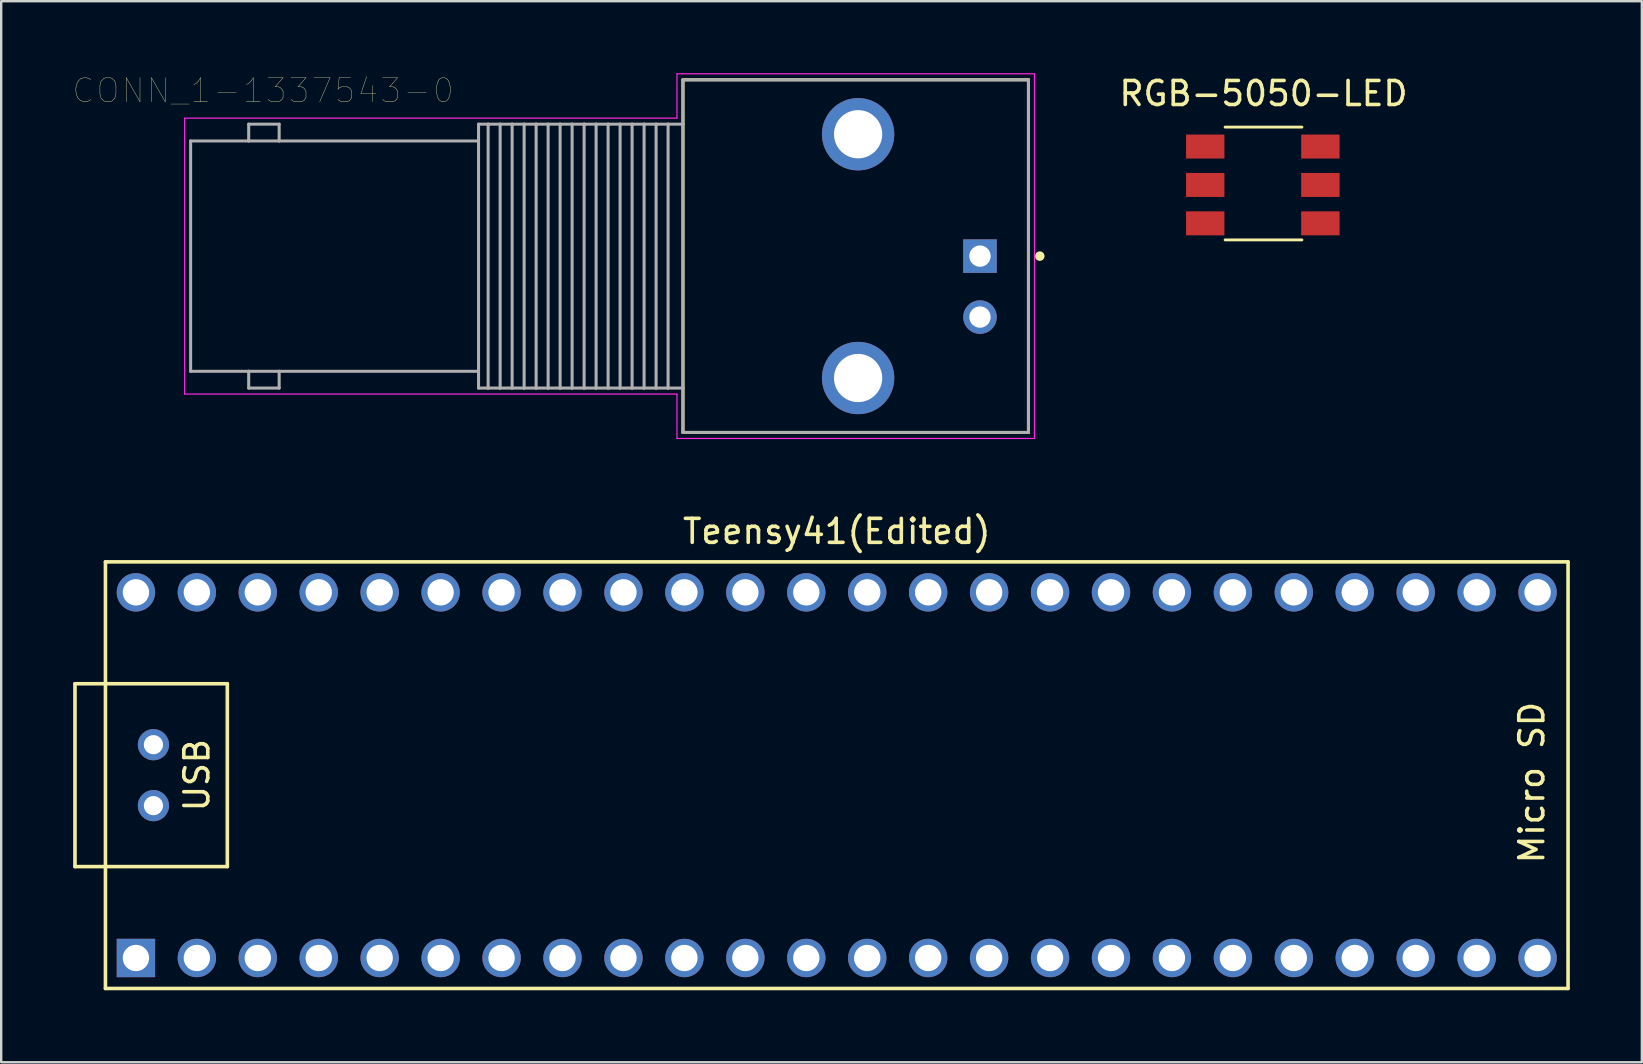
<source format=kicad_pcb>
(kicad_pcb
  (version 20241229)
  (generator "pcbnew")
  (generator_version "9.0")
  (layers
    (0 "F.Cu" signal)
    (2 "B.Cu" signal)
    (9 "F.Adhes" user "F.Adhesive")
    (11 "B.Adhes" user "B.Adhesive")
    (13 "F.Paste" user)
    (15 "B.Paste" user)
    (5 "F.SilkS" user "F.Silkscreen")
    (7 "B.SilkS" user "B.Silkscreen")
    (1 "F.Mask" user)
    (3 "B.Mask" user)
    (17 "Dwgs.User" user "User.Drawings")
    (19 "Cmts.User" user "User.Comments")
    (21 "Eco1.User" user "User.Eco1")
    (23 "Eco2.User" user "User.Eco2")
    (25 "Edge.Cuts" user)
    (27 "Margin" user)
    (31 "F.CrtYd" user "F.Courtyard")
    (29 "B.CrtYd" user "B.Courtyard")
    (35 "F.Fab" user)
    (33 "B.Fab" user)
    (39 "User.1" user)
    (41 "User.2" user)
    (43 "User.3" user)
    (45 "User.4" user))
  (footprint "CONN_1-1337543-0"
    (layer "F.Cu")
    (at 37.795 7.625)
    (property "Reference" "CONN_1-1337543-0" (at -29.881 -6.898 0) (layer "F.SilkS") (effects (font (size 1.002 1.002) (thickness 0.015))))
    (attr through_hole)
    (fp_line (start -12.38 -7.35) (end 2.02 -7.35) (stroke (width 0.127) (type solid)) (layer "F.SilkS"))
    (fp_line (start -12.38 -5.5) (end -12.38 -7.35) (stroke (width 0.127) (type solid)) (layer "F.SilkS"))
    (fp_line (start -12.38 5.5) (end -12.38 -5.5) (stroke (width 0.127) (type solid)) (layer "F.SilkS"))
    (fp_line (start -12.38 7.35) (end -12.38 5.5) (stroke (width 0.127) (type solid)) (layer "F.SilkS"))
    (fp_line (start 2.02 -7.35) (end 2.02 7.35) (stroke (width 0.127) (type solid)) (layer "F.SilkS"))
    (fp_line (start 2.02 7.35) (end -12.38 7.35) (stroke (width 0.127) (type solid)) (layer "F.SilkS"))
    (fp_circle (center 2.492 0) (end 2.592 0) (stroke (width 0.2) (type solid)) (fill no) (layer "F.SilkS"))
    (fp_line (start -33.15 -5.75) (end -12.63 -5.75) (stroke (width 0.05) (type solid)) (layer "F.CrtYd"))
    (fp_line (start -33.15 5.75) (end -33.15 -5.75) (stroke (width 0.05) (type solid)) (layer "F.CrtYd"))
    (fp_line (start -12.63 -7.6) (end 2.27 -7.6) (stroke (width 0.05) (type solid)) (layer "F.CrtYd"))
    (fp_line (start -12.63 -5.75) (end -12.63 -7.6) (stroke (width 0.05) (type solid)) (layer "F.CrtYd"))
    (fp_line (start -12.63 5.75) (end -33.15 5.75) (stroke (width 0.05) (type solid)) (layer "F.CrtYd"))
    (fp_line (start -12.63 7.6) (end -12.63 5.75) (stroke (width 0.05) (type solid)) (layer "F.CrtYd"))
    (fp_line (start 2.27 -7.6) (end 2.27 7.6) (stroke (width 0.05) (type solid)) (layer "F.CrtYd"))
    (fp_line (start 2.27 7.6) (end -12.63 7.6) (stroke (width 0.05) (type solid)) (layer "F.CrtYd"))
    (fp_line (start -32.9 -4.8) (end -32.9 4.8) (stroke (width 0.127) (type solid)) (layer "F.Fab"))
    (fp_line (start -32.9 4.8) (end -30.48 4.8) (stroke (width 0.127) (type solid)) (layer "F.Fab"))
    (fp_line (start -30.48 -5.5) (end -30.48 -4.8) (stroke (width 0.127) (type solid)) (layer "F.Fab"))
    (fp_line (start -30.48 -5.5) (end -29.21 -5.5) (stroke (width 0.127) (type solid)) (layer "F.Fab"))
    (fp_line (start -30.48 -4.8) (end -32.9 -4.8) (stroke (width 0.127) (type solid)) (layer "F.Fab"))
    (fp_line (start -30.48 4.8) (end -30.48 5.5) (stroke (width 0.127) (type solid)) (layer "F.Fab"))
    (fp_line (start -30.48 4.8) (end -29.21 4.8) (stroke (width 0.127) (type solid)) (layer "F.Fab"))
    (fp_line (start -30.48 5.5) (end -29.21 5.5) (stroke (width 0.127) (type solid)) (layer "F.Fab"))
    (fp_line (start -29.21 -5.5) (end -29.21 -4.8) (stroke (width 0.127) (type solid)) (layer "F.Fab"))
    (fp_line (start -29.21 -4.8) (end -30.48 -4.8) (stroke (width 0.127) (type solid)) (layer "F.Fab"))
    (fp_line (start -29.21 4.8) (end -20.9 4.8) (stroke (width 0.127) (type solid)) (layer "F.Fab"))
    (fp_line (start -29.21 5.5) (end -29.21 4.8) (stroke (width 0.127) (type solid)) (layer "F.Fab"))
    (fp_line (start -20.9 -5.5) (end -20.9 5.5) (stroke (width 0.127) (type solid)) (layer "F.Fab"))
    (fp_line (start -20.9 -4.8) (end -29.21 -4.8) (stroke (width 0.127) (type solid)) (layer "F.Fab"))
    (fp_line (start -20.9 5.5) (end -20.5 5.5) (stroke (width 0.127) (type solid)) (layer "F.Fab"))
    (fp_line (start -20.5 -5.5) (end -20.9 -5.5) (stroke (width 0.127) (type solid)) (layer "F.Fab"))
    (fp_line (start -20.5 -5.5) (end -20.5 5.5) (stroke (width 0.127) (type solid)) (layer "F.Fab"))
    (fp_line (start -20.5 5.5) (end -20 5.5) (stroke (width 0.127) (type solid)) (layer "F.Fab"))
    (fp_line (start -20 -5.5) (end -20.5 -5.5) (stroke (width 0.127) (type solid)) (layer "F.Fab"))
    (fp_line (start -20 -5.5) (end -20 5.5) (stroke (width 0.127) (type solid)) (layer "F.Fab"))
    (fp_line (start -20 5.5) (end -19.5 5.5) (stroke (width 0.127) (type solid)) (layer "F.Fab"))
    (fp_line (start -19.5 -5.5) (end -20 -5.5) (stroke (width 0.127) (type solid)) (layer "F.Fab"))
    (fp_line (start -19.5 -5.5) (end -19.5 5.5) (stroke (width 0.127) (type solid)) (layer "F.Fab"))
    (fp_line (start -19.5 5.5) (end -19 5.5) (stroke (width 0.127) (type solid)) (layer "F.Fab"))
    (fp_line (start -19 -5.5) (end -19.5 -5.5) (stroke (width 0.127) (type solid)) (layer "F.Fab"))
    (fp_line (start -19 -5.5) (end -19 5.5) (stroke (width 0.127) (type solid)) (layer "F.Fab"))
    (fp_line (start -19 5.5) (end -18.5 5.5) (stroke (width 0.127) (type solid)) (layer "F.Fab"))
    (fp_line (start -18.5 -5.5) (end -19 -5.5) (stroke (width 0.127) (type solid)) (layer "F.Fab"))
    (fp_line (start -18.5 -5.5) (end -18.5 5.5) (stroke (width 0.127) (type solid)) (layer "F.Fab"))
    (fp_line (start -18.5 5.5) (end -18 5.5) (stroke (width 0.127) (type solid)) (layer "F.Fab"))
    (fp_line (start -18 -5.5) (end -18.5 -5.5) (stroke (width 0.127) (type solid)) (layer "F.Fab"))
    (fp_line (start -18 -5.5) (end -18 5.5) (stroke (width 0.127) (type solid)) (layer "F.Fab"))
    (fp_line (start -18 5.5) (end -17.5 5.5) (stroke (width 0.127) (type solid)) (layer "F.Fab"))
    (fp_line (start -17.5 -5.5) (end -18 -5.5) (stroke (width 0.127) (type solid)) (layer "F.Fab"))
    (fp_line (start -17.5 -5.5) (end -17.5 5.5) (stroke (width 0.127) (type solid)) (layer "F.Fab"))
    (fp_line (start -17.5 5.5) (end -17 5.5) (stroke (width 0.127) (type solid)) (layer "F.Fab"))
    (fp_line (start -17 -5.5) (end -17.5 -5.5) (stroke (width 0.127) (type solid)) (layer "F.Fab"))
    (fp_line (start -17 -5.5) (end -17 5.5) (stroke (width 0.127) (type solid)) (layer "F.Fab"))
    (fp_line (start -17 5.5) (end -16.5 5.5) (stroke (width 0.127) (type solid)) (layer "F.Fab"))
    (fp_line (start -16.5 -5.5) (end -17 -5.5) (stroke (width 0.127) (type solid)) (layer "F.Fab"))
    (fp_line (start -16.5 -5.5) (end -16.5 5.5) (stroke (width 0.127) (type solid)) (layer "F.Fab"))
    (fp_line (start -16.5 5.5) (end -16 5.5) (stroke (width 0.127) (type solid)) (layer "F.Fab"))
    (fp_line (start -16 -5.5) (end -16.5 -5.5) (stroke (width 0.127) (type solid)) (layer "F.Fab"))
    (fp_line (start -16 -5.5) (end -16 5.5) (stroke (width 0.127) (type solid)) (layer "F.Fab"))
    (fp_line (start -16 5.5) (end -15.5 5.5) (stroke (width 0.127) (type solid)) (layer "F.Fab"))
    (fp_line (start -15.5 -5.5) (end -16 -5.5) (stroke (width 0.127) (type solid)) (layer "F.Fab"))
    (fp_line (start -15.5 -5.5) (end -15.5 5.5) (stroke (width 0.127) (type solid)) (layer "F.Fab"))
    (fp_line (start -15.5 5.5) (end -15 5.5) (stroke (width 0.127) (type solid)) (layer "F.Fab"))
    (fp_line (start -15 -5.5) (end -15.5 -5.5) (stroke (width 0.127) (type solid)) (layer "F.Fab"))
    (fp_line (start -15 -5.5) (end -15 5.5) (stroke (width 0.127) (type solid)) (layer "F.Fab"))
    (fp_line (start -15 5.5) (end -14.5 5.5) (stroke (width 0.127) (type solid)) (layer "F.Fab"))
    (fp_line (start -14.5 -5.5) (end -15 -5.5) (stroke (width 0.127) (type solid)) (layer "F.Fab"))
    (fp_line (start -14.5 -5.5) (end -14.5 5.5) (stroke (width 0.127) (type solid)) (layer "F.Fab"))
    (fp_line (start -14.5 5.5) (end -14 5.5) (stroke (width 0.127) (type solid)) (layer "F.Fab"))
    (fp_line (start -14 -5.5) (end -14.5 -5.5) (stroke (width 0.127) (type solid)) (layer "F.Fab"))
    (fp_line (start -14 -5.5) (end -14 5.5) (stroke (width 0.127) (type solid)) (layer "F.Fab"))
    (fp_line (start -14 5.5) (end -13.5 5.5) (stroke (width 0.127) (type solid)) (layer "F.Fab"))
    (fp_line (start -13.5 -5.5) (end -14 -5.5) (stroke (width 0.127) (type solid)) (layer "F.Fab"))
    (fp_line (start -13.5 -5.5) (end -13.5 5.5) (stroke (width 0.127) (type solid)) (layer "F.Fab"))
    (fp_line (start -13.5 5.5) (end -13 5.5) (stroke (width 0.127) (type solid)) (layer "F.Fab"))
    (fp_line (start -13 -5.5) (end -13.5 -5.5) (stroke (width 0.127) (type solid)) (layer "F.Fab"))
    (fp_line (start -13 -5.5) (end -13 5.5) (stroke (width 0.127) (type solid)) (layer "F.Fab"))
    (fp_line (start -13 5.5) (end -12.38 5.5) (stroke (width 0.127) (type solid)) (layer "F.Fab"))
    (fp_line (start -12.38 -7.35) (end 2.02 -7.35) (stroke (width 0.127) (type solid)) (layer "F.Fab"))
    (fp_line (start -12.38 -5.5) (end -13 -5.5) (stroke (width 0.127) (type solid)) (layer "F.Fab"))
    (fp_line (start -12.38 -5.5) (end -12.38 -7.35) (stroke (width 0.127) (type solid)) (layer "F.Fab"))
    (fp_line (start -12.38 5.5) (end -12.38 -5.5) (stroke (width 0.127) (type solid)) (layer "F.Fab"))
    (fp_line (start -12.38 7.35) (end -12.38 5.5) (stroke (width 0.127) (type solid)) (layer "F.Fab"))
    (fp_line (start 2.02 -7.35) (end 2.02 7.35) (stroke (width 0.127) (type solid)) (layer "F.Fab"))
    (fp_line (start 2.02 7.35) (end -12.38 7.35) (stroke (width 0.127) (type solid)) (layer "F.Fab"))
    (pad "1" thru_hole rect (at 0 0) (size 1.398 1.398) (drill 0.89) (layers "*.Cu" "*.Mask"))
    (pad "2" thru_hole circle (at 0 2.54) (size 1.398 1.398) (drill 0.89) (layers "*.Cu" "*.Mask"))
    (pad "P1" thru_hole circle (at -5.08 5.08) (size 3.015 3.015) (drill 2.01) (layers "*.Cu" "*.Mask"))
    (pad "P2" thru_hole circle (at -5.08 -5.08) (size 3.015 3.015) (drill 2.01) (layers "*.Cu" "*.Mask")))
  (footprint "Teensy41(Edited)"
    (layer "F.Cu")
    (at 31.825 29.258)
    (property "Reference" "Teensy41(Edited)" (at 0 -10.16 180) (layer "F.SilkS") (effects (font (size 1 1) (thickness 0.15))))
    (attr through_hole)
    (fp_line (start -31.75 -3.81) (end -30.48 -3.81) (stroke (width 0.15) (type solid)) (layer "F.SilkS"))
    (fp_line (start -31.75 3.81) (end -31.75 -3.81) (stroke (width 0.15) (type solid)) (layer "F.SilkS"))
    (fp_line (start -30.48 -8.89) (end 30.48 -8.89) (stroke (width 0.15) (type solid)) (layer "F.SilkS"))
    (fp_line (start -30.48 3.81) (end -31.75 3.81) (stroke (width 0.15) (type solid)) (layer "F.SilkS"))
    (fp_line (start -30.48 8.89) (end -30.48 -8.89) (stroke (width 0.15) (type solid)) (layer "F.SilkS"))
    (fp_line (start -25.4 -3.81) (end -30.48 -3.81) (stroke (width 0.15) (type solid)) (layer "F.SilkS"))
    (fp_line (start -25.4 3.81) (end -30.48 3.81) (stroke (width 0.15) (type solid)) (layer "F.SilkS"))
    (fp_line (start -25.4 3.81) (end -25.4 -3.81) (stroke (width 0.15) (type solid)) (layer "F.SilkS"))
    (fp_line (start 30.48 -8.89) (end 30.48 8.89) (stroke (width 0.15) (type solid)) (layer "F.SilkS"))
    (fp_line (start 30.48 8.89) (end -30.48 8.89) (stroke (width 0.15) (type solid)) (layer "F.SilkS"))
    (fp_text user "USB" (at -26.67 0 90) (layer "F.SilkS") (effects (font (size 1 1) (thickness 0.15))))
    (fp_text user "Micro SD" (at 28.97 0.31 270) (layer "F.SilkS") (effects (font (size 1 1) (thickness 0.15))))
    (pad "1" thru_hole rect (at -29.21 7.62) (size 1.6 1.6) (drill 1.1) (layers "*.Cu" "*.Mask"))
    (pad "2" thru_hole circle (at -26.67 7.62) (size 1.6 1.6) (drill 1.1) (layers "*.Cu" "*.Mask"))
    (pad "3" thru_hole circle (at -24.13 7.62) (size 1.6 1.6) (drill 1.1) (layers "*.Cu" "*.Mask"))
    (pad "4" thru_hole circle (at -21.59 7.62) (size 1.6 1.6) (drill 1.1) (layers "*.Cu" "*.Mask"))
    (pad "5" thru_hole circle (at -19.05 7.62) (size 1.6 1.6) (drill 1.1) (layers "*.Cu" "*.Mask"))
    (pad "6" thru_hole circle (at -16.51 7.62) (size 1.6 1.6) (drill 1.1) (layers "*.Cu" "*.Mask"))
    (pad "7" thru_hole circle (at -13.97 7.62) (size 1.6 1.6) (drill 1.1) (layers "*.Cu" "*.Mask"))
    (pad "8" thru_hole circle (at -11.43 7.62) (size 1.6 1.6) (drill 1.1) (layers "*.Cu" "*.Mask"))
    (pad "9" thru_hole circle (at -8.89 7.62) (size 1.6 1.6) (drill 1.1) (layers "*.Cu" "*.Mask"))
    (pad "10" thru_hole circle (at -6.35 7.62) (size 1.6 1.6) (drill 1.1) (layers "*.Cu" "*.Mask"))
    (pad "11" thru_hole circle (at -3.81 7.62) (size 1.6 1.6) (drill 1.1) (layers "*.Cu" "*.Mask"))
    (pad "12" thru_hole circle (at -1.27 7.62) (size 1.6 1.6) (drill 1.1) (layers "*.Cu" "*.Mask"))
    (pad "13" thru_hole circle (at 1.27 7.62) (size 1.6 1.6) (drill 1.1) (layers "*.Cu" "*.Mask"))
    (pad "14" thru_hole circle (at 3.81 7.62) (size 1.6 1.6) (drill 1.1) (layers "*.Cu" "*.Mask"))
    (pad "15" thru_hole circle (at 6.35 7.62) (size 1.6 1.6) (drill 1.1) (layers "*.Cu" "*.Mask"))
    (pad "16" thru_hole circle (at 8.89 7.62) (size 1.6 1.6) (drill 1.1) (layers "*.Cu" "*.Mask"))
    (pad "17" thru_hole circle (at 11.43 7.62) (size 1.6 1.6) (drill 1.1) (layers "*.Cu" "*.Mask"))
    (pad "18" thru_hole circle (at 13.97 7.62) (size 1.6 1.6) (drill 1.1) (layers "*.Cu" "*.Mask"))
    (pad "19" thru_hole circle (at 16.51 7.62) (size 1.6 1.6) (drill 1.1) (layers "*.Cu" "*.Mask"))
    (pad "20" thru_hole circle (at 19.05 7.62) (size 1.6 1.6) (drill 1.1) (layers "*.Cu" "*.Mask"))
    (pad "21" thru_hole circle (at 21.59 7.62) (size 1.6 1.6) (drill 1.1) (layers "*.Cu" "*.Mask"))
    (pad "22" thru_hole circle (at 24.13 7.62) (size 1.6 1.6) (drill 1.1) (layers "*.Cu" "*.Mask"))
    (pad "23" thru_hole circle (at 26.67 7.62) (size 1.6 1.6) (drill 1.1) (layers "*.Cu" "*.Mask"))
    (pad "24" thru_hole circle (at 29.21 7.62) (size 1.6 1.6) (drill 1.1) (layers "*.Cu" "*.Mask"))
    (pad "25" thru_hole circle (at 29.21 -7.62) (size 1.6 1.6) (drill 1.1) (layers "*.Cu" "*.Mask"))
    (pad "26" thru_hole circle (at 26.67 -7.62) (size 1.6 1.6) (drill 1.1) (layers "*.Cu" "*.Mask"))
    (pad "27" thru_hole circle (at 24.13 -7.62) (size 1.6 1.6) (drill 1.1) (layers "*.Cu" "*.Mask"))
    (pad "28" thru_hole circle (at 21.59 -7.62) (size 1.6 1.6) (drill 1.1) (layers "*.Cu" "*.Mask"))
    (pad "29" thru_hole circle (at 19.05 -7.62) (size 1.6 1.6) (drill 1.1) (layers "*.Cu" "*.Mask"))
    (pad "30" thru_hole circle (at 16.51 -7.62) (size 1.6 1.6) (drill 1.1) (layers "*.Cu" "*.Mask"))
    (pad "31" thru_hole circle (at 13.97 -7.62) (size 1.6 1.6) (drill 1.1) (layers "*.Cu" "*.Mask"))
    (pad "32" thru_hole circle (at 11.43 -7.62) (size 1.6 1.6) (drill 1.1) (layers "*.Cu" "*.Mask"))
    (pad "33" thru_hole circle (at 8.89 -7.62) (size 1.6 1.6) (drill 1.1) (layers "*.Cu" "*.Mask"))
    (pad "34" thru_hole circle (at 6.35 -7.62) (size 1.6 1.6) (drill 1.1) (layers "*.Cu" "*.Mask"))
    (pad "35" thru_hole circle (at 3.81 -7.62) (size 1.6 1.6) (drill 1.1) (layers "*.Cu" "*.Mask"))
    (pad "36" thru_hole circle (at 1.27 -7.62) (size 1.6 1.6) (drill 1.1) (layers "*.Cu" "*.Mask"))
    (pad "37" thru_hole circle (at -1.27 -7.62) (size 1.6 1.6) (drill 1.1) (layers "*.Cu" "*.Mask"))
    (pad "38" thru_hole circle (at -3.81 -7.62) (size 1.6 1.6) (drill 1.1) (layers "*.Cu" "*.Mask"))
    (pad "39" thru_hole circle (at -6.35 -7.62) (size 1.6 1.6) (drill 1.1) (layers "*.Cu" "*.Mask"))
    (pad "40" thru_hole circle (at -8.89 -7.62) (size 1.6 1.6) (drill 1.1) (layers "*.Cu" "*.Mask"))
    (pad "41" thru_hole circle (at -11.43 -7.62) (size 1.6 1.6) (drill 1.1) (layers "*.Cu" "*.Mask"))
    (pad "42" thru_hole circle (at -13.97 -7.62) (size 1.6 1.6) (drill 1.1) (layers "*.Cu" "*.Mask"))
    (pad "43" thru_hole circle (at -16.51 -7.62) (size 1.6 1.6) (drill 1.1) (layers "*.Cu" "*.Mask"))
    (pad "44" thru_hole circle (at -19.05 -7.62) (size 1.6 1.6) (drill 1.1) (layers "*.Cu" "*.Mask"))
    (pad "45" thru_hole circle (at -21.59 -7.62) (size 1.6 1.6) (drill 1.1) (layers "*.Cu" "*.Mask"))
    (pad "46" thru_hole circle (at -24.13 -7.62) (size 1.6 1.6) (drill 1.1) (layers "*.Cu" "*.Mask"))
    (pad "47" thru_hole circle (at -26.67 -7.62) (size 1.6 1.6) (drill 1.1) (layers "*.Cu" "*.Mask"))
    (pad "48" thru_hole circle (at -29.21 -7.62) (size 1.6 1.6) (drill 1.1) (layers "*.Cu" "*.Mask"))
    (pad "66" thru_hole circle (at -28.48 1.27) (size 1.3 1.3) (drill 0.8) (layers "*.Cu" "*.Mask"))
    (pad "67" thru_hole circle (at -28.48 -1.27) (size 1.3 1.3) (drill 0.8) (layers "*.Cu" "*.Mask")))
  (footprint "RGB-5050-LED"
    (layer "F.Cu")
    (at 49.612 0.348)
    (property "Reference" "RGB-5050-LED" (at 0 0.5 0) (layer "F.SilkS") (effects (font (size 1 1) (thickness 0.15))))
    (attr through_hole)
    (fp_line (start -1.6 6.6) (end 1.6 6.6) (stroke (width 0.12) (type solid)) (layer "F.SilkS"))
    (fp_line (start 1.6 1.9) (end -1.6 1.9) (stroke (width 0.12) (type solid)) (layer "F.SilkS"))
    (pad "1" smd rect (at 2.37 2.71) (size 1.6 1) (layers "F.Cu" "F.Mask" "F.Paste"))
    (pad "2" smd rect (at 2.37 4.31) (size 1.6 1) (layers "F.Cu" "F.Mask" "F.Paste"))
    (pad "3" smd rect (at 2.37 5.91) (size 1.6 1) (layers "F.Cu" "F.Mask" "F.Paste"))
    (pad "4" smd rect (at -2.43 5.91) (size 1.6 1) (layers "F.Cu" "F.Mask" "F.Paste"))
    (pad "5" smd rect (at -2.43 4.31) (size 1.6 1) (layers "F.Cu" "F.Mask" "F.Paste"))
    (pad "6" smd rect (at -2.43 2.71) (size 1.6 1) (layers "F.Cu" "F.Mask" "F.Paste")))
  (gr_rect
    (start -3 -3)
    (end 65.38 41.223)
    (stroke (width 0.1) (type default))
    (fill no)
    (layer "Edge.Cuts")))
</source>
